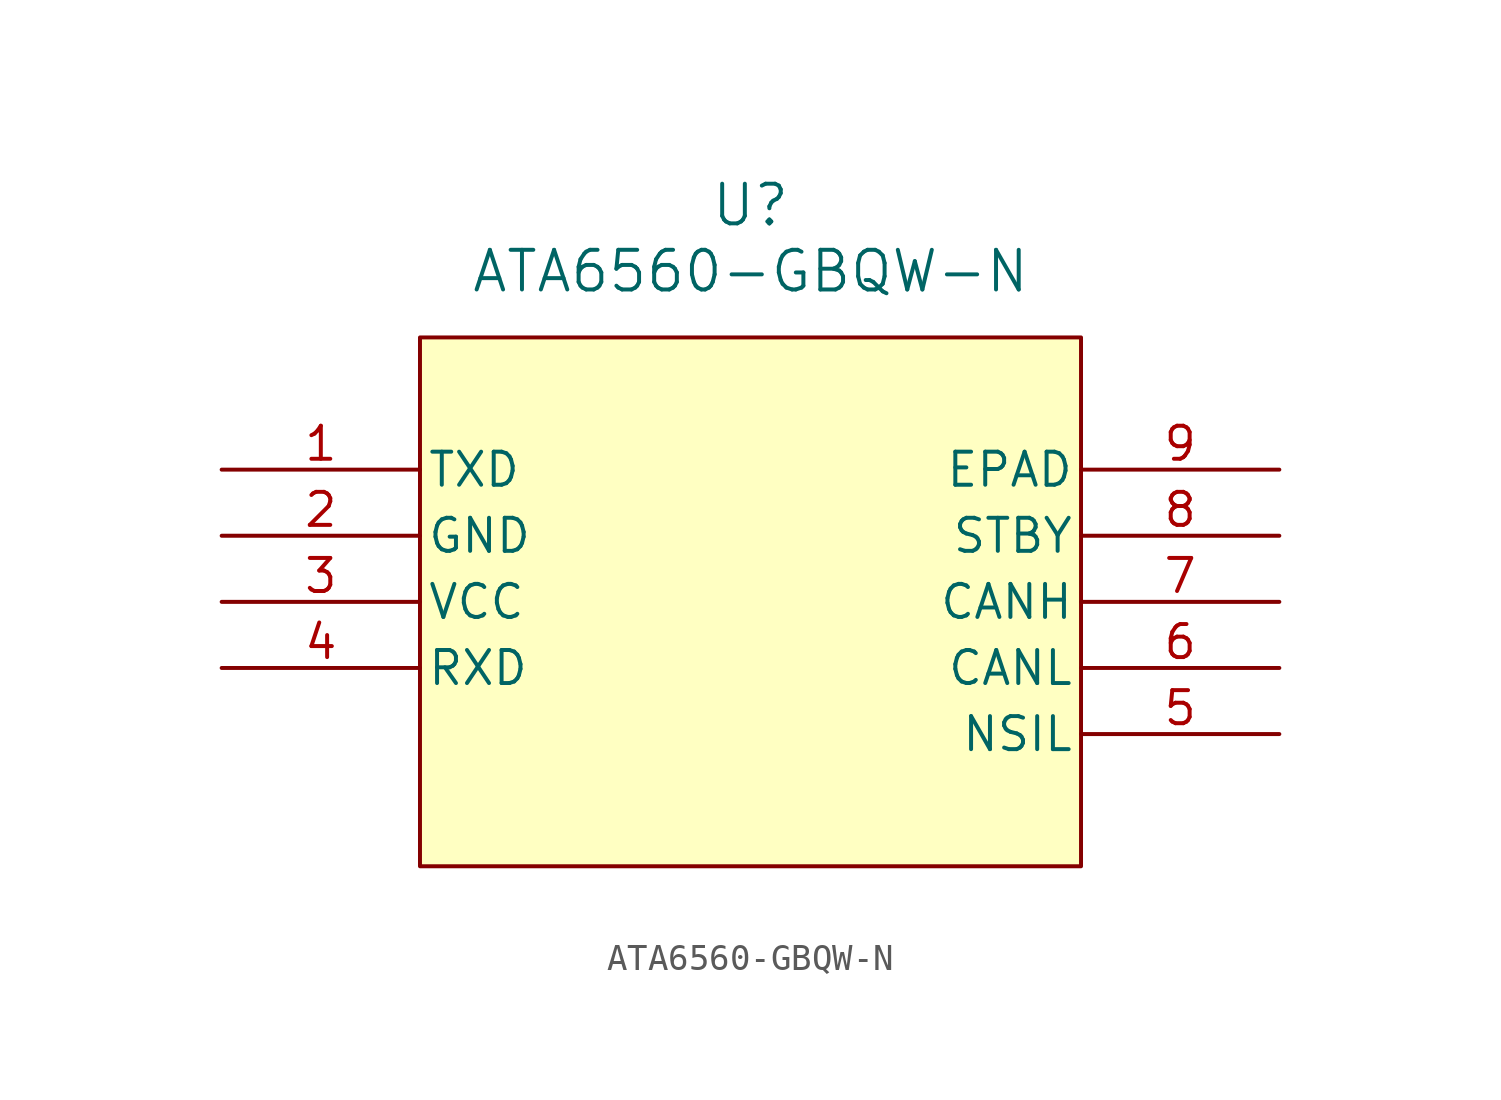
<source format=kicad_sym>
(kicad_symbol_lib
  (version 20241209)
  (generator "kicad_symbol_editor")
  (generator_version "9.0")
  (symbol "ATA6560-GBQW-N"
    (pin_names
      (offset 0.254))
    (property "Reference" "U"
      (at 20.32 10.16 0)
      (effects (font (size 1.524 1.524))))
    (property "Value" "ATA6560-GBQW-N"
      (at 20.32 7.62 0)
      (effects (font (size 1.524 1.524))))
    (property "ki_locked" ""
      (at 0 0 0)
      (effects (font (size 1.27 1.27))))
    (symbol "ATA6560-GBQW-N_0_1"
      (pin unspecified line (at 0 0 0) (length 7.62) (name "TXD" (effects (font (size 1.27 1.27)))) (number "1" (effects (font (size 1.27 1.27)))))
      (pin power_out line (at 0 -2.54 0) (length 7.62) (name "GND" (effects (font (size 1.27 1.27)))) (number "2" (effects (font (size 1.27 1.27)))))
      (pin power_in line (at 0 -5.08 0) (length 7.62) (name "VCC" (effects (font (size 1.27 1.27)))) (number "3" (effects (font (size 1.27 1.27)))))
      (pin unspecified line (at 0 -7.62 0) (length 7.62) (name "RXD" (effects (font (size 1.27 1.27)))) (number "4" (effects (font (size 1.27 1.27)))))
      (pin unspecified line (at 40.64 0 180) (length 7.62) (name "EPAD" (effects (font (size 1.27 1.27)))) (number "9" (effects (font (size 1.27 1.27)))))
      (pin unspecified line (at 40.64 -2.54 180) (length 7.62) (name "STBY" (effects (font (size 1.27 1.27)))) (number "8" (effects (font (size 1.27 1.27)))))
      (pin unspecified line (at 40.64 -5.08 180) (length 7.62) (name "CANH" (effects (font (size 1.27 1.27)))) (number "7" (effects (font (size 1.27 1.27)))))
      (pin unspecified line (at 40.64 -7.62 180) (length 7.62) (name "CANL" (effects (font (size 1.27 1.27)))) (number "6" (effects (font (size 1.27 1.27)))))
      (pin unspecified line (at 40.64 -10.16 180) (length 7.62) (name "NSIL" (effects (font (size 1.27 1.27)))) (number "5" (effects (font (size 1.27 1.27))))))
    (symbol "ATA6560-GBQW-N_1_1"
      (rectangle (start 7.62 5.08) (end 33.02 -15.24) (stroke (width 0) (type solid)) (fill (type background))))))
</source>
